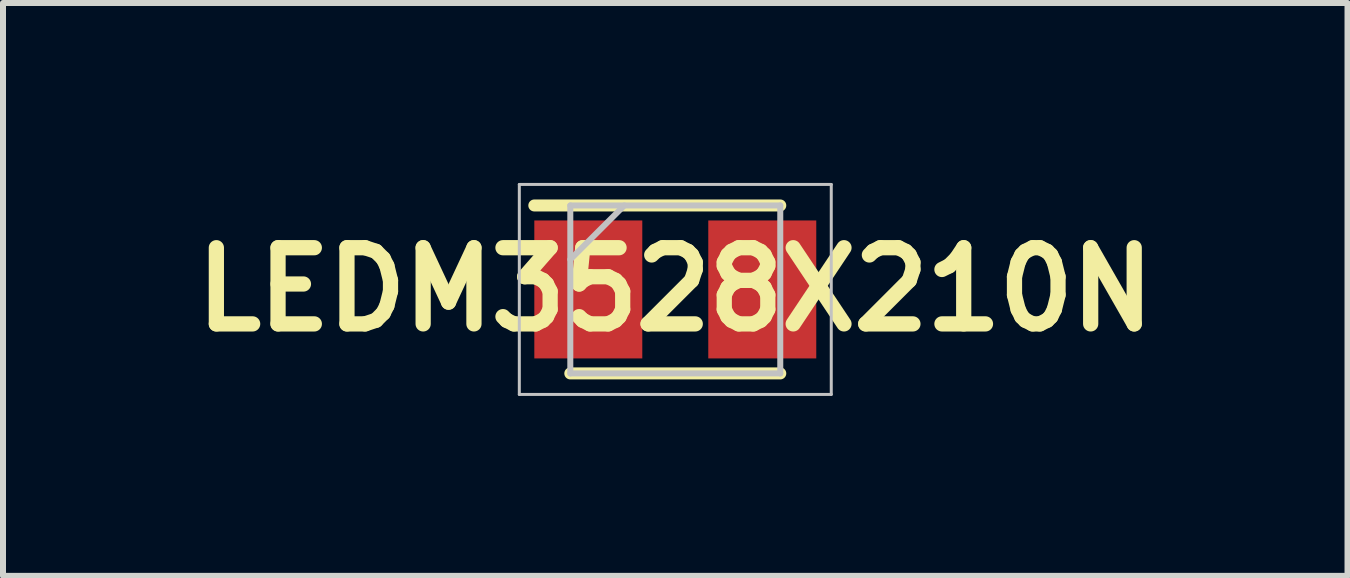
<source format=kicad_pcb>
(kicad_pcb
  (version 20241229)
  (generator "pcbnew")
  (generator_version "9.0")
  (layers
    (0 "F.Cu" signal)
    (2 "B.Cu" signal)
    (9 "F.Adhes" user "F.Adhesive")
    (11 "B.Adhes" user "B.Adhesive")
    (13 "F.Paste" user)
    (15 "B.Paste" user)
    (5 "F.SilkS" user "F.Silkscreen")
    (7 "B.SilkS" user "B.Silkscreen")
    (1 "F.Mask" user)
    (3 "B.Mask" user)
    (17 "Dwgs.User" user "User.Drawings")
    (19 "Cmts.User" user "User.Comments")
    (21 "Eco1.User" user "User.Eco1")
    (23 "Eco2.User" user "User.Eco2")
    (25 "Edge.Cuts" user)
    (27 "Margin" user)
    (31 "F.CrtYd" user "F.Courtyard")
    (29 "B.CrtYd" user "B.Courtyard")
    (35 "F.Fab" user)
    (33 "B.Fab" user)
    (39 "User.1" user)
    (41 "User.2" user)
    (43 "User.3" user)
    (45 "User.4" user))
  (footprint "LEDM3528X210N"
    (layer "F.Cu")
    (at 8.207 1.775)
    (property "Reference" "LEDM3528X210N" (at 0 0 0) (layer "F.SilkS") (effects (font (size 1.27 1.27) (thickness 0.254))))
    (attr smd)
    (fp_line (start -1.75 1.4) (end 1.75 1.4) (stroke (width 0.2) (type solid)) (layer "F.SilkS"))
    (fp_line (start 1.75 -1.4) (end -2.35 -1.4) (stroke (width 0.2) (type solid)) (layer "F.SilkS"))
    (fp_line (start -2.6 -1.75) (end 2.6 -1.75) (stroke (width 0.05) (type solid)) (layer "Dwgs.User"))
    (fp_line (start -2.6 1.75) (end -2.6 -1.75) (stroke (width 0.05) (type solid)) (layer "Dwgs.User"))
    (fp_line (start -1.75 -1.4) (end 1.75 -1.4) (stroke (width 0.1) (type solid)) (layer "Dwgs.User"))
    (fp_line (start -1.75 -0.5) (end -0.85 -1.4) (stroke (width 0.1) (type solid)) (layer "Dwgs.User"))
    (fp_line (start -1.75 1.4) (end -1.75 -1.4) (stroke (width 0.1) (type solid)) (layer "Dwgs.User"))
    (fp_line (start 1.75 -1.4) (end 1.75 1.4) (stroke (width 0.1) (type solid)) (layer "Dwgs.User"))
    (fp_line (start 1.75 1.4) (end -1.75 1.4) (stroke (width 0.1) (type solid)) (layer "Dwgs.User"))
    (fp_line (start 2.6 -1.75) (end 2.6 1.75) (stroke (width 0.05) (type solid)) (layer "Dwgs.User"))
    (fp_line (start 2.6 1.75) (end -2.6 1.75) (stroke (width 0.05) (type solid)) (layer "Dwgs.User"))
    (pad "1" smd rect (at -1.45 0) (size 1.8 2.3) (layers "F.Cu" "F.Mask" "F.Paste"))
    (pad "2" smd rect (at 1.45 0) (size 1.8 2.3) (layers "F.Cu" "F.Mask" "F.Paste")))
  (gr_rect
    (start -3 -3)
    (end 19.413 6.55)
    (stroke (width 0.1) (type default))
    (fill no)
    (layer "Edge.Cuts")))
</source>
